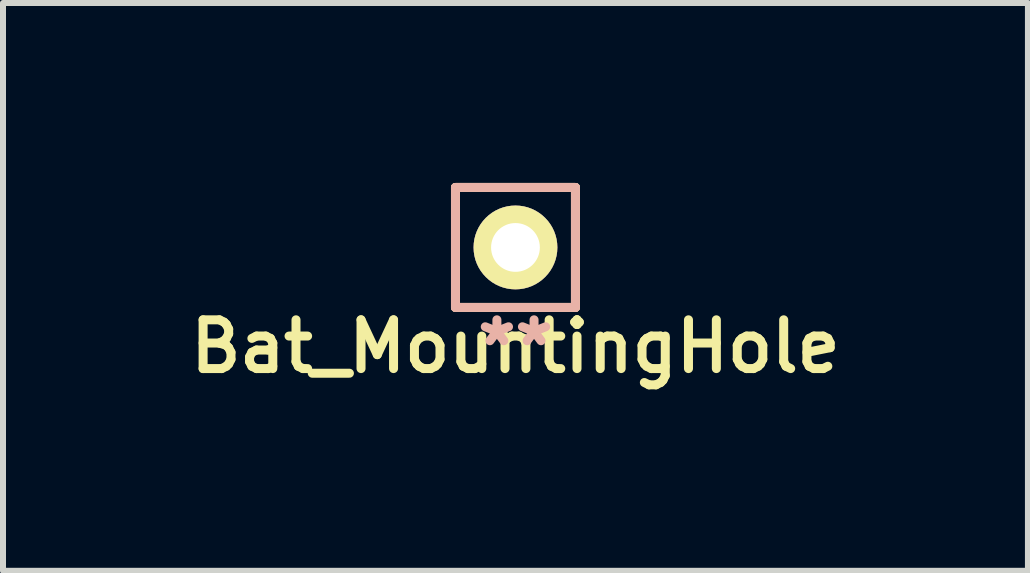
<source format=kicad_pcb>
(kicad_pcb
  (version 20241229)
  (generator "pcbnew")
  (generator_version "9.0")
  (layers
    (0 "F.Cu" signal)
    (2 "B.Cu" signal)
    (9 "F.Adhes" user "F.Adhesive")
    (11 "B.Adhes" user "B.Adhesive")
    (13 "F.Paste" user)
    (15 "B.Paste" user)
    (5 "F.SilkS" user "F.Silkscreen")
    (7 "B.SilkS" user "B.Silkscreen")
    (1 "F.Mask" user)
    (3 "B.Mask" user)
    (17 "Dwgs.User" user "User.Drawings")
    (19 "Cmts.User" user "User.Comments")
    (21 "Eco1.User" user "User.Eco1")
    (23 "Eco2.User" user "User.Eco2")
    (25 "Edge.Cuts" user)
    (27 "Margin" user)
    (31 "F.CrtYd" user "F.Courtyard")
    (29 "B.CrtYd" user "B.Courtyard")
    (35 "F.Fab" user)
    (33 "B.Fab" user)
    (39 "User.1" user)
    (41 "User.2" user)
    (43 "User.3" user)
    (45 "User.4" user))
  (footprint "Bat_MountingHole"
    (layer "F.Cu")
    (at 5.543 1.075)
    (property "Reference" "Bat_MountingHole" (at 0 1.651 0) (layer "F.SilkS") (effects (font (size 0.813 0.813) (thickness 0.15))))
    (attr through_hole)
    (fp_line (start -1 -1) (end -1 1) (stroke (width 0.15) (type solid)) (layer "F.SilkS"))
    (fp_line (start -1 1) (end 1 1) (stroke (width 0.15) (type solid)) (layer "F.SilkS"))
    (fp_line (start 1 -1) (end -1 -1) (stroke (width 0.15) (type solid)) (layer "F.SilkS"))
    (fp_line (start 1 1) (end 1 -1) (stroke (width 0.15) (type solid)) (layer "F.SilkS"))
    (fp_line (start -1 -1) (end 1 -1) (stroke (width 0.15) (type solid)) (layer "B.SilkS"))
    (fp_line (start -1 1) (end -1 -1) (stroke (width 0.15) (type solid)) (layer "B.SilkS"))
    (fp_line (start 1 -1) (end 1 1) (stroke (width 0.15) (type solid)) (layer "B.SilkS"))
    (fp_line (start 1 1) (end -1 1) (stroke (width 0.15) (type solid)) (layer "B.SilkS"))
    (fp_text user "**" (at 0 1.651 0) (layer "B.SilkS") (effects (font (size 0.813 0.813) (thickness 0.15)) (justify mirror)))
    (pad "1" thru_hole circle (at 0 0) (size 1.397 1.397) (drill 0.813) (layers "*.Cu" "*.Mask" "F.SilkS")))
  (gr_rect
    (start -3 -3)
    (end 14.086 6.465)
    (stroke (width 0.1) (type default))
    (fill no)
    (layer "Edge.Cuts")))
</source>
